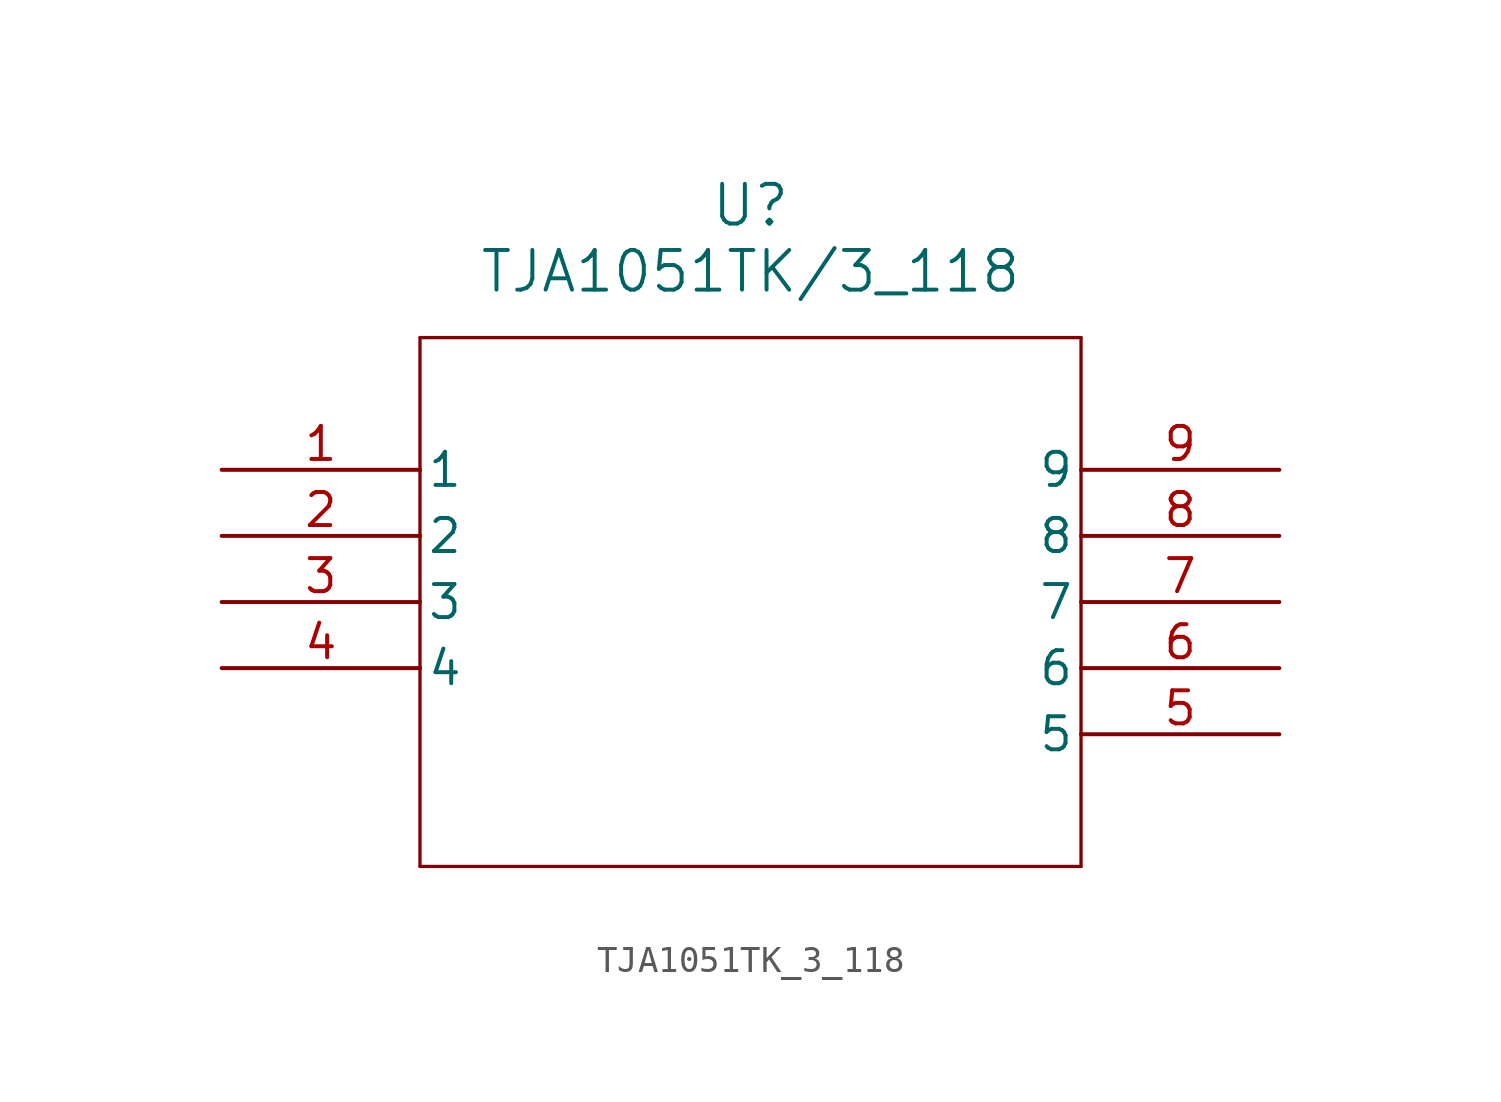
<source format=kicad_sym>
(kicad_symbol_lib
  (version 20211014)
  (generator kicad_symbol_editor)
  (symbol "TJA1051TK_3_118"
    (pin_names
      (offset 0.254))
    (property "Reference" "U"
      (at 20.32 10.16 0)
      (effects (font (size 1.524 1.524))))
    (property "Value" "TJA1051TK/3_118"
      (at 20.32 7.62 0)
      (effects (font (size 1.524 1.524))))
    (symbol "TJA1051TK_3_118_0_1"
      (polyline (pts (xy 7.62 5.08) (xy 7.62 -15.24)) (stroke (width 0.127) (type default) (color 0 0 0 0)) (fill (type none)))
      (polyline (pts (xy 7.62 -15.24) (xy 33.02 -15.24)) (stroke (width 0.127) (type default) (color 0 0 0 0)) (fill (type none)))
      (polyline (pts (xy 33.02 -15.24) (xy 33.02 5.08)) (stroke (width 0.127) (type default) (color 0 0 0 0)) (fill (type none)))
      (polyline (pts (xy 33.02 5.08) (xy 7.62 5.08)) (stroke (width 0.127) (type default) (color 0 0 0 0)) (fill (type none)))
      (pin unspecified line (at 0 0 0) (length 7.62) (name "1" (effects (font (size 1.27 1.27)))) (number "1" (effects (font (size 1.27 1.27)))))
      (pin unspecified line (at 0 -2.54 0) (length 7.62) (name "2" (effects (font (size 1.27 1.27)))) (number "2" (effects (font (size 1.27 1.27)))))
      (pin unspecified line (at 0 -5.08 0) (length 7.62) (name "3" (effects (font (size 1.27 1.27)))) (number "3" (effects (font (size 1.27 1.27)))))
      (pin unspecified line (at 0 -7.62 0) (length 7.62) (name "4" (effects (font (size 1.27 1.27)))) (number "4" (effects (font (size 1.27 1.27)))))
      (pin unspecified line (at 40.64 -10.16 180) (length 7.62) (name "5" (effects (font (size 1.27 1.27)))) (number "5" (effects (font (size 1.27 1.27)))))
      (pin unspecified line (at 40.64 -7.62 180) (length 7.62) (name "6" (effects (font (size 1.27 1.27)))) (number "6" (effects (font (size 1.27 1.27)))))
      (pin unspecified line (at 40.64 -5.08 180) (length 7.62) (name "7" (effects (font (size 1.27 1.27)))) (number "7" (effects (font (size 1.27 1.27)))))
      (pin unspecified line (at 40.64 -2.54 180) (length 7.62) (name "8" (effects (font (size 1.27 1.27)))) (number "8" (effects (font (size 1.27 1.27)))))
      (pin unspecified line (at 40.64 0 180) (length 7.62) (name "9" (effects (font (size 1.27 1.27)))) (number "9" (effects (font (size 1.27 1.27))))))))
</source>
